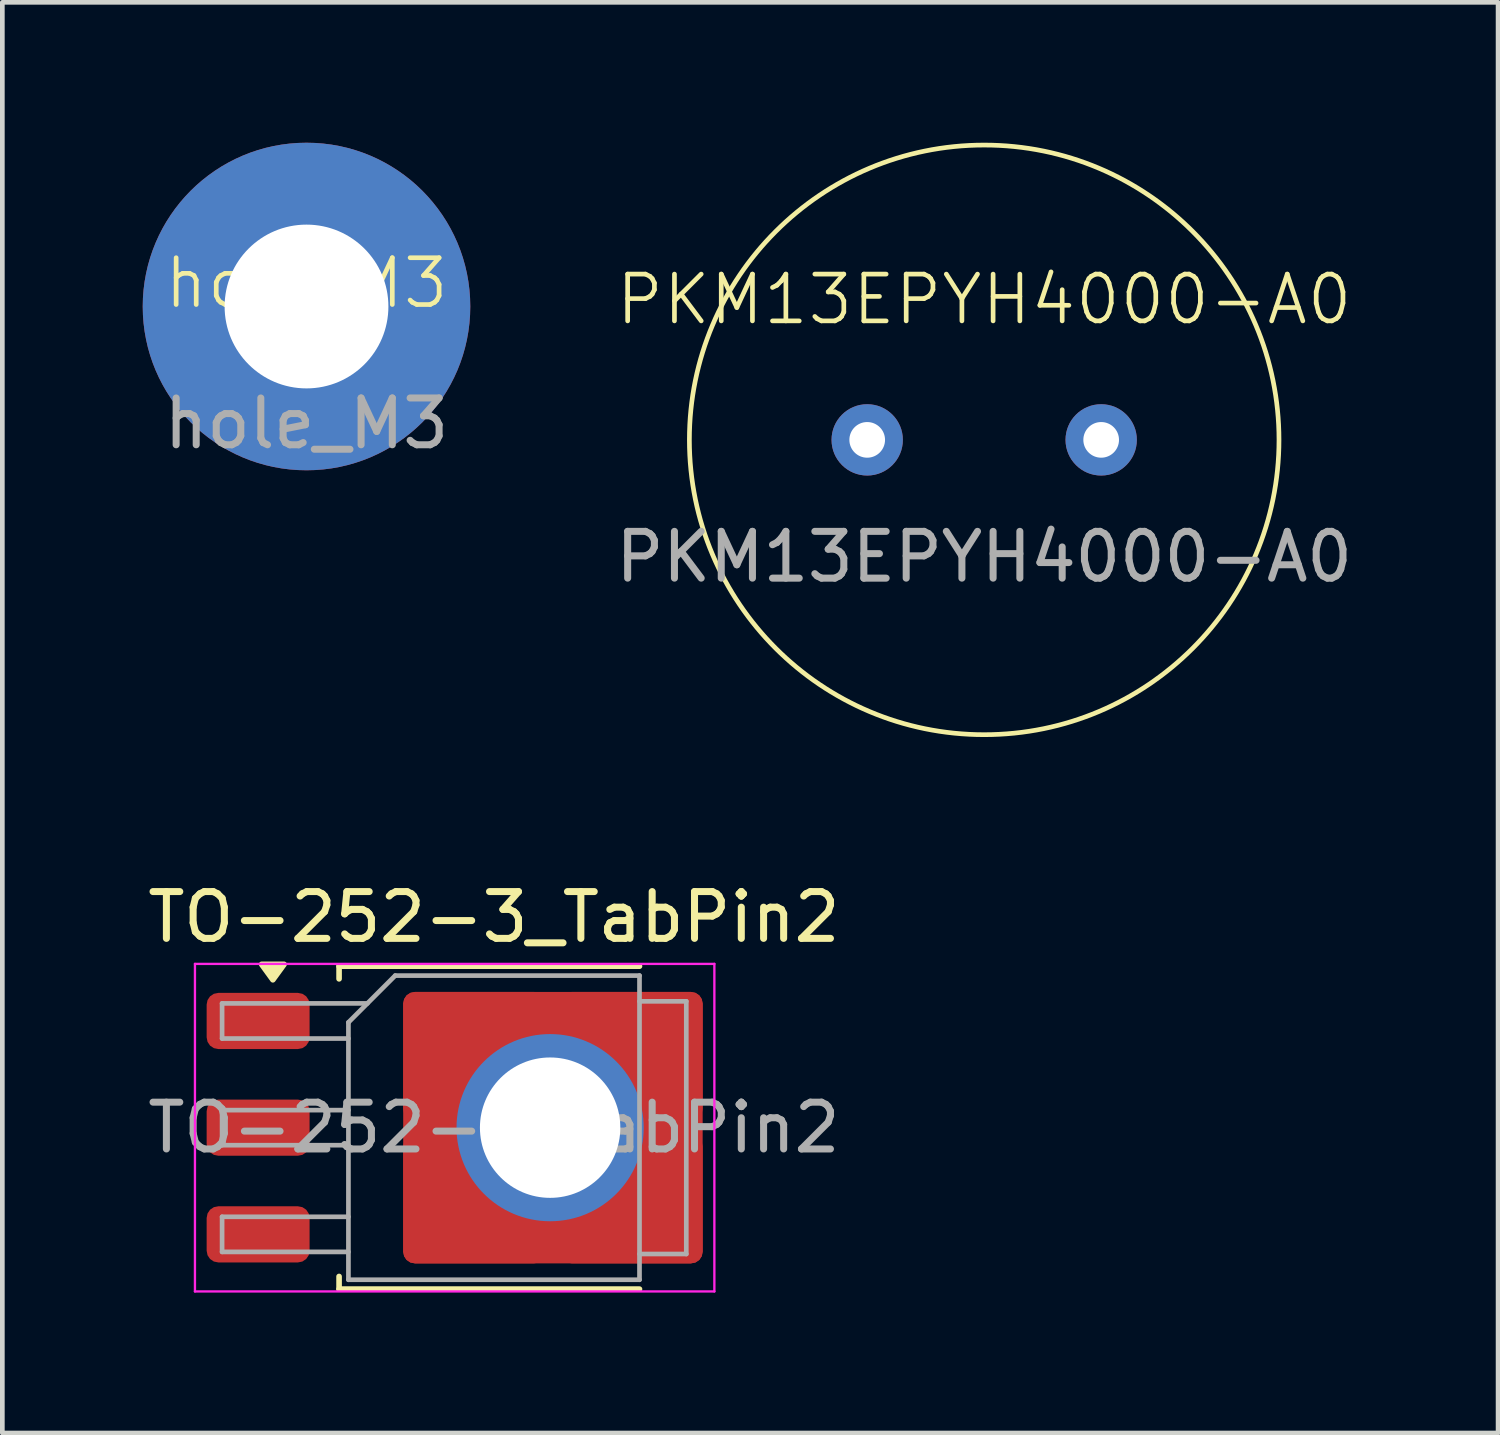
<source format=kicad_pcb>
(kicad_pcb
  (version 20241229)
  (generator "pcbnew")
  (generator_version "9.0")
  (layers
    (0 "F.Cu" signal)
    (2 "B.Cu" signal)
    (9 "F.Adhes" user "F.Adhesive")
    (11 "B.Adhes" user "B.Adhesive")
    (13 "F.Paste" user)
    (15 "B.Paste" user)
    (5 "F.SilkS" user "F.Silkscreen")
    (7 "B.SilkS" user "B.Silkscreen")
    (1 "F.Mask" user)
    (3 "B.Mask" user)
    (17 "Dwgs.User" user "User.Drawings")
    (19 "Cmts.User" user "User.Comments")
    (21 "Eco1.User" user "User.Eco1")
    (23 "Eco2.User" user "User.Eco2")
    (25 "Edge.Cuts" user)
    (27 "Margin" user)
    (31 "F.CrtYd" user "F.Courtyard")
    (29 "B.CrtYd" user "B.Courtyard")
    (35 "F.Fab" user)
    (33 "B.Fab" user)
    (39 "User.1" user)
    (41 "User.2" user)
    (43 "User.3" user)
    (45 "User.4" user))
  (footprint "TO-252-3_TabPin2"
    (layer "F.Cu")
    (at 7.506 21.048)
    (property "Reference" "TO-252-3_TabPin2" (at 0 -4.5 0) (layer "F.SilkS") (effects (font (size 1 1) (thickness 0.15))))
    (attr smd)
    (fp_line (start -3.31 -3.45) (end -3.31 -3.18) (stroke (width 0.12) (type solid)) (layer "F.SilkS"))
    (fp_line (start -3.31 3.45) (end -3.31 3.18) (stroke (width 0.12) (type solid)) (layer "F.SilkS"))
    (fp_line (start 3.11 -3.45) (end -3.31 -3.45) (stroke (width 0.12) (type solid)) (layer "F.SilkS"))
    (fp_line (start 3.11 3.45) (end -3.31 3.45) (stroke (width 0.12) (type solid)) (layer "F.SilkS"))
    (fp_poly (pts (xy -4.725 -3.16) (xy -4.965 -3.49) (xy -4.485 -3.49) (xy -4.725 -3.16)) (stroke (width 0.12) (type solid)) (fill yes) (layer "F.SilkS"))
    (fp_line (start -6.39 -3.5) (end -6.39 3.5) (stroke (width 0.05) (type solid)) (layer "F.CrtYd"))
    (fp_line (start -6.39 3.5) (end 4.71 3.5) (stroke (width 0.05) (type solid)) (layer "F.CrtYd"))
    (fp_line (start 4.71 -3.5) (end -6.39 -3.5) (stroke (width 0.05) (type solid)) (layer "F.CrtYd"))
    (fp_line (start 4.71 3.5) (end 4.71 -3.5) (stroke (width 0.05) (type solid)) (layer "F.CrtYd"))
    (fp_line (start -5.81 -2.655) (end -5.81 -1.905) (stroke (width 0.1) (type solid)) (layer "F.Fab"))
    (fp_line (start -5.81 -1.905) (end -3.11 -1.905) (stroke (width 0.1) (type solid)) (layer "F.Fab"))
    (fp_line (start -5.81 -0.375) (end -5.81 0.375) (stroke (width 0.1) (type solid)) (layer "F.Fab"))
    (fp_line (start -5.81 0.375) (end -3.11 0.375) (stroke (width 0.1) (type solid)) (layer "F.Fab"))
    (fp_line (start -5.81 1.905) (end -5.81 2.655) (stroke (width 0.1) (type solid)) (layer "F.Fab"))
    (fp_line (start -5.81 2.655) (end -3.11 2.655) (stroke (width 0.1) (type solid)) (layer "F.Fab"))
    (fp_line (start -3.11 -2.25) (end -2.11 -3.25) (stroke (width 0.1) (type solid)) (layer "F.Fab"))
    (fp_line (start -3.11 -0.375) (end -5.81 -0.375) (stroke (width 0.1) (type solid)) (layer "F.Fab"))
    (fp_line (start -3.11 1.905) (end -5.81 1.905) (stroke (width 0.1) (type solid)) (layer "F.Fab"))
    (fp_line (start -3.11 3.25) (end -3.11 -2.25) (stroke (width 0.1) (type solid)) (layer "F.Fab"))
    (fp_line (start -2.705 -2.655) (end -5.81 -2.655) (stroke (width 0.1) (type solid)) (layer "F.Fab"))
    (fp_line (start -2.11 -3.25) (end 3.11 -3.25) (stroke (width 0.1) (type solid)) (layer "F.Fab"))
    (fp_line (start 3.11 -3.25) (end 3.11 3.25) (stroke (width 0.1) (type solid)) (layer "F.Fab"))
    (fp_line (start 3.11 -2.7) (end 4.11 -2.7) (stroke (width 0.1) (type solid)) (layer "F.Fab"))
    (fp_line (start 3.11 3.25) (end -3.11 3.25) (stroke (width 0.1) (type solid)) (layer "F.Fab"))
    (fp_line (start 4.11 -2.7) (end 4.11 2.7) (stroke (width 0.1) (type solid)) (layer "F.Fab"))
    (fp_line (start 4.11 2.7) (end 3.11 2.7) (stroke (width 0.1) (type solid)) (layer "F.Fab"))
    (fp_text user "${REFERENCE}" (at 0 0 0) (layer "F.Fab") (effects (font (size 1 1) (thickness 0.15))))
    (pad "1" smd roundrect (at -5.04 -2.28) (size 2.2 1.2) (layers "F.Cu" "F.Mask" "F.Paste") (roundrect_rratio 0.208))
    (pad "2" smd roundrect (at -5.04 0) (size 2.2 1.2) (layers "F.Cu" "F.Mask" "F.Paste") (roundrect_rratio 0.208))
    (pad "2" smd roundrect (at -0.415 -1.525) (size 3.05 2.75) (layers "F.Cu" "F.Paste") (roundrect_rratio 0.091))
    (pad "2" smd roundrect (at -0.415 1.525) (size 3.05 2.75) (layers "F.Cu" "F.Paste") (roundrect_rratio 0.091))
    (pad "2" thru_hole circle (at 1.2 0) (size 4 4) (drill 3) (layers "*.Cu" "*.Mask"))
    (pad "2" smd roundrect (at 1.26 0) (size 6.4 5.8) (layers "F.Cu" "F.Mask") (roundrect_rratio 0.043))
    (pad "2" smd roundrect (at 2.935 -1.525) (size 3.05 2.75) (layers "F.Cu" "F.Paste") (roundrect_rratio 0.091))
    (pad "2" smd roundrect (at 2.935 1.525) (size 3.05 2.75) (layers "F.Cu" "F.Paste") (roundrect_rratio 0.091))
    (pad "3" smd roundrect (at -5.04 2.28) (size 2.2 1.2) (layers "F.Cu" "F.Mask" "F.Paste") (roundrect_rratio 0.208)))
  (footprint "hole_M3"
    (layer "F.Cu")
    (at 3.5 3.5)
    (property "Reference" "hole_M3" (at 0 -0.5 0) (unlocked yes) (layer "F.SilkS") (effects (font (size 1 1) (thickness 0.1))))
    (attr smd)
    (fp_text user "${REFERENCE}" (at 0 2.5 0) (unlocked yes) (layer "F.Fab") (effects (font (size 1 1) (thickness 0.15))))
    (pad "1" thru_hole circle (at 0 0) (size 7 7) (drill 3.5) (layers "*.Cu" "*.Mask")))
  (footprint "PKM13EPYH4000-A0"
    (layer "F.Cu")
    (at 17.982 6.35)
    (property "Reference" "PKM13EPYH4000-A0" (at 0 -3 0) (unlocked yes) (layer "F.SilkS") (effects (font (size 1 1) (thickness 0.1))))
    (attr through_hole)
    (fp_circle (center 0 0) (end 5.298 3.409) (stroke (width 0.1) (type default)) (fill no) (layer "F.SilkS"))
    (fp_text user "${REFERENCE}" (at 0 2.5 0) (unlocked yes) (layer "F.Fab") (effects (font (size 1 1) (thickness 0.15))))
    (pad "1" thru_hole circle (at -2.5 0) (size 1.524 1.524) (drill 0.762) (layers "*.Cu" "*.Mask"))
    (pad "2" thru_hole circle (at 2.5 0) (size 1.524 1.524) (drill 0.762) (layers "*.Cu" "*.Mask")))
  (gr_rect
    (start -3 -3)
    (end 28.964 27.573)
    (stroke (width 0.1) (type default))
    (fill no)
    (layer "Edge.Cuts")))
</source>
